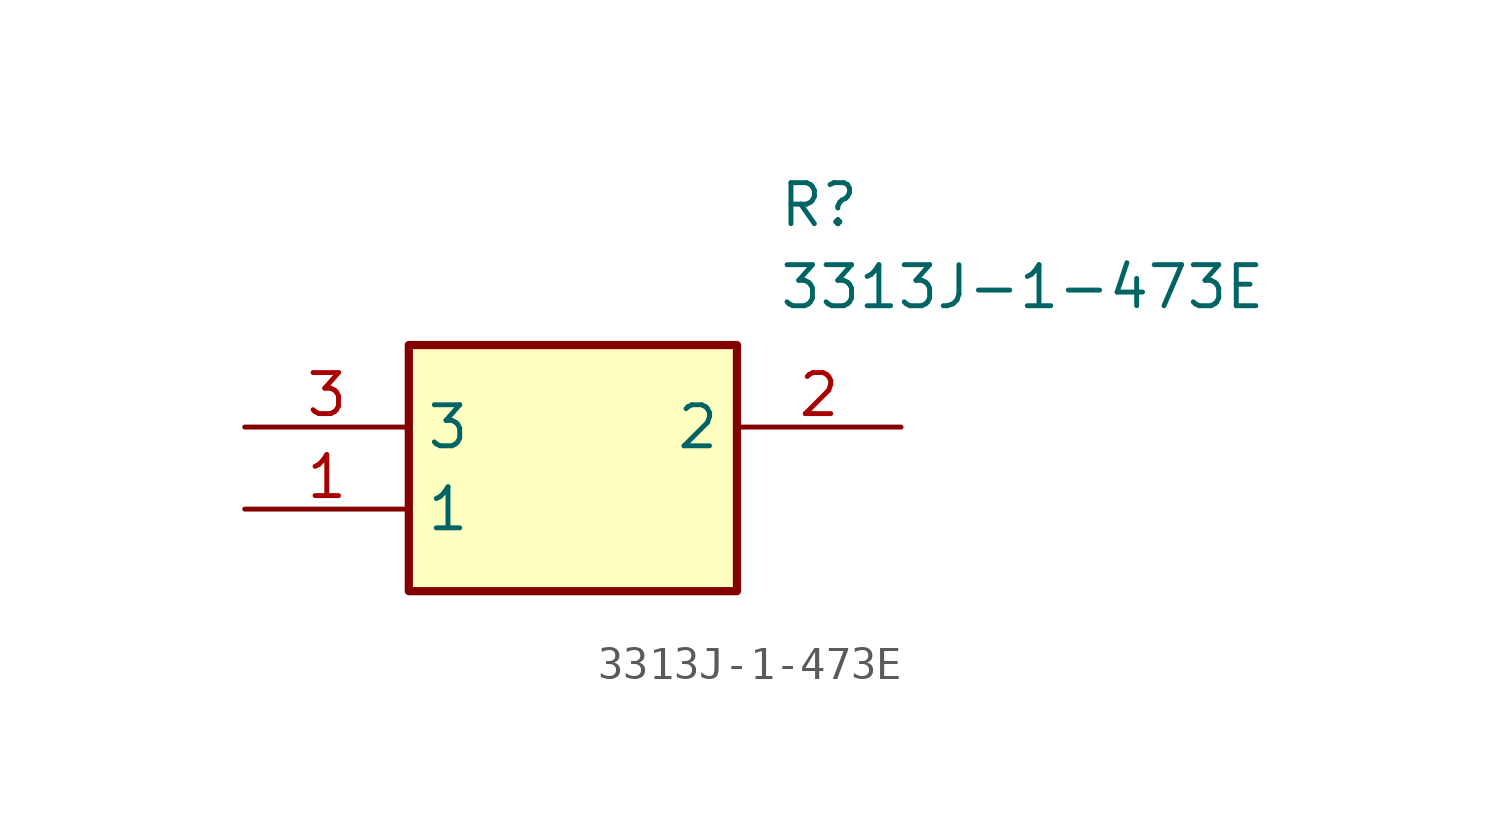
<source format=kicad_sym>
(kicad_symbol_lib
  (version 20211014)
  (generator SamacSys_ECAD_Model)
  (symbol "3313J-1-473E"
    (property "Reference" "R"
      (at 16.51 7.62 0)
      (effects (font (size 1.27 1.27)) (justify left top)))
    (property "Value" "3313J-1-473E"
      (at 16.51 5.08 0)
      (effects (font (size 1.27 1.27)) (justify left top)))
    (rectangle
      (start 5.08 2.54)
      (end 15.24 -5.08)
      (stroke (width 0.254) (type default))
      (fill (type background)))
    (pin passive line
      (at 0 -2.54 0)
      (length 5.08)
      (name "1" (effects (font (size 1.27 1.27))))
      (number "1" (effects (font (size 1.27 1.27)))))
    (pin passive line
      (at 20.32 0 180)
      (length 5.08)
      (name "2" (effects (font (size 1.27 1.27))))
      (number "2" (effects (font (size 1.27 1.27)))))
    (pin passive line
      (at 0 0 0)
      (length 5.08)
      (name "3" (effects (font (size 1.27 1.27))))
      (number "3" (effects (font (size 1.27 1.27)))))))
</source>
